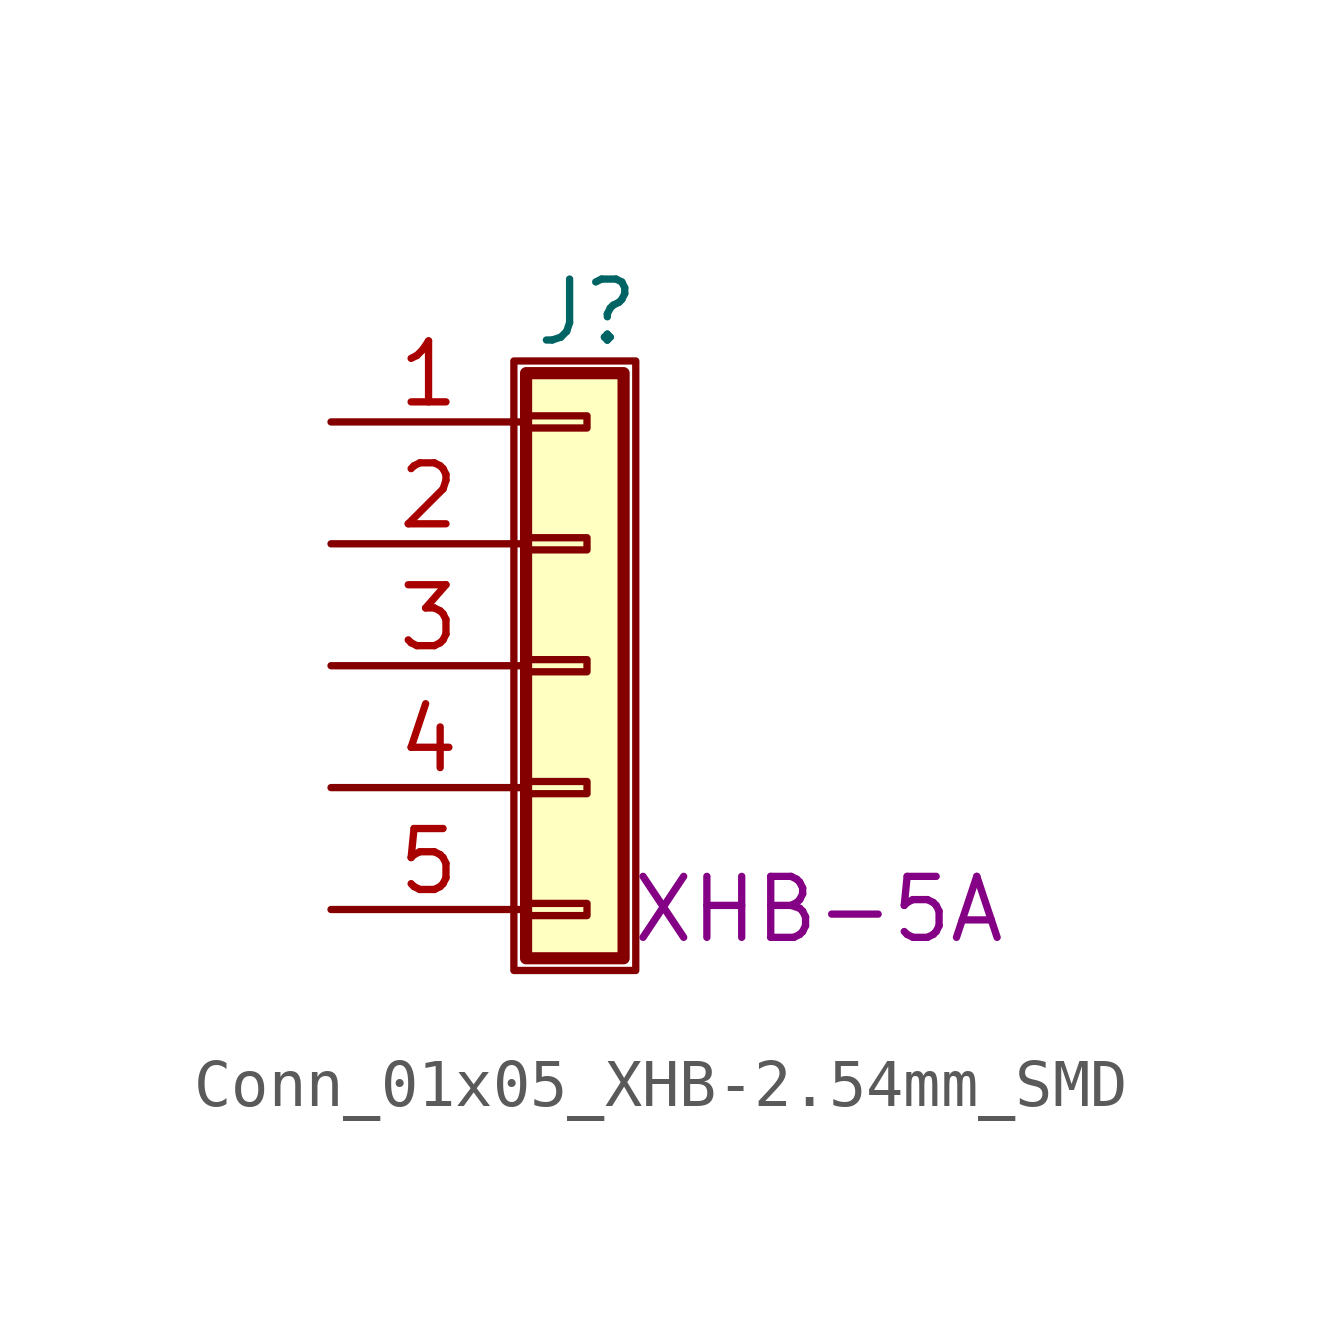
<source format=kicad_sym>
(kicad_symbol_lib
  (version 20211014)
  (generator kicad_symbol_editor)
  (symbol "Conn_01x05_XHB-2.54mm_SMD"
    (pin_names
      (offset 1.016) hide)
    (property "Reference" "J"
      (at 0.254 7.366 0)
      (effects (font (size 1.27 1.27))))
    (property "Symbol" "XHB-5A"
      (at 5.08 -5.08 0)
      (effects (font (size 1.27 1.27))))
    (symbol "Conn_01x05_XHB-2.54mm_SMD_1_1"
      (rectangle (start -1.27 6.35) (end 1.27 -6.35) (stroke (width 0.152) (type default) (color 0 0 0 0)) (fill (type none)))
      (rectangle (start -1.016 -4.953) (end 0.254 -5.207) (stroke (width 0.152) (type default) (color 0 0 0 0)) (fill (type none)))
      (rectangle (start -1.016 -2.413) (end 0.254 -2.667) (stroke (width 0.152) (type default) (color 0 0 0 0)) (fill (type none)))
      (rectangle (start -1.016 0.127) (end 0.254 -0.127) (stroke (width 0.152) (type default) (color 0 0 0 0)) (fill (type none)))
      (rectangle (start -1.016 2.667) (end 0.254 2.413) (stroke (width 0.152) (type default) (color 0 0 0 0)) (fill (type none)))
      (rectangle (start -1.016 5.207) (end 0.254 4.953) (stroke (width 0.152) (type default) (color 0 0 0 0)) (fill (type none)))
      (rectangle (start -1.016 6.096) (end 1.016 -6.096) (stroke (width 0.254) (type default) (color 0 0 0 0)) (fill (type background)))
      (pin passive line (at -5.08 5.08 0) (length 4.064) (name "Pin_1" (effects (font (size 1.27 1.27)))) (number "1" (effects (font (size 1.27 1.27)))))
      (pin passive line (at -5.08 2.54 0) (length 4.064) (name "Pin_2" (effects (font (size 1.27 1.27)))) (number "2" (effects (font (size 1.27 1.27)))))
      (pin passive line (at -5.08 0 0) (length 4.064) (name "Pin_3" (effects (font (size 1.27 1.27)))) (number "3" (effects (font (size 1.27 1.27)))))
      (pin passive line (at -5.08 -2.54 0) (length 4.064) (name "Pin_4" (effects (font (size 1.27 1.27)))) (number "4" (effects (font (size 1.27 1.27)))))
      (pin passive line (at -5.08 -5.08 0) (length 4.064) (name "Pin_5" (effects (font (size 1.27 1.27)))) (number "5" (effects (font (size 1.27 1.27))))))))
</source>
